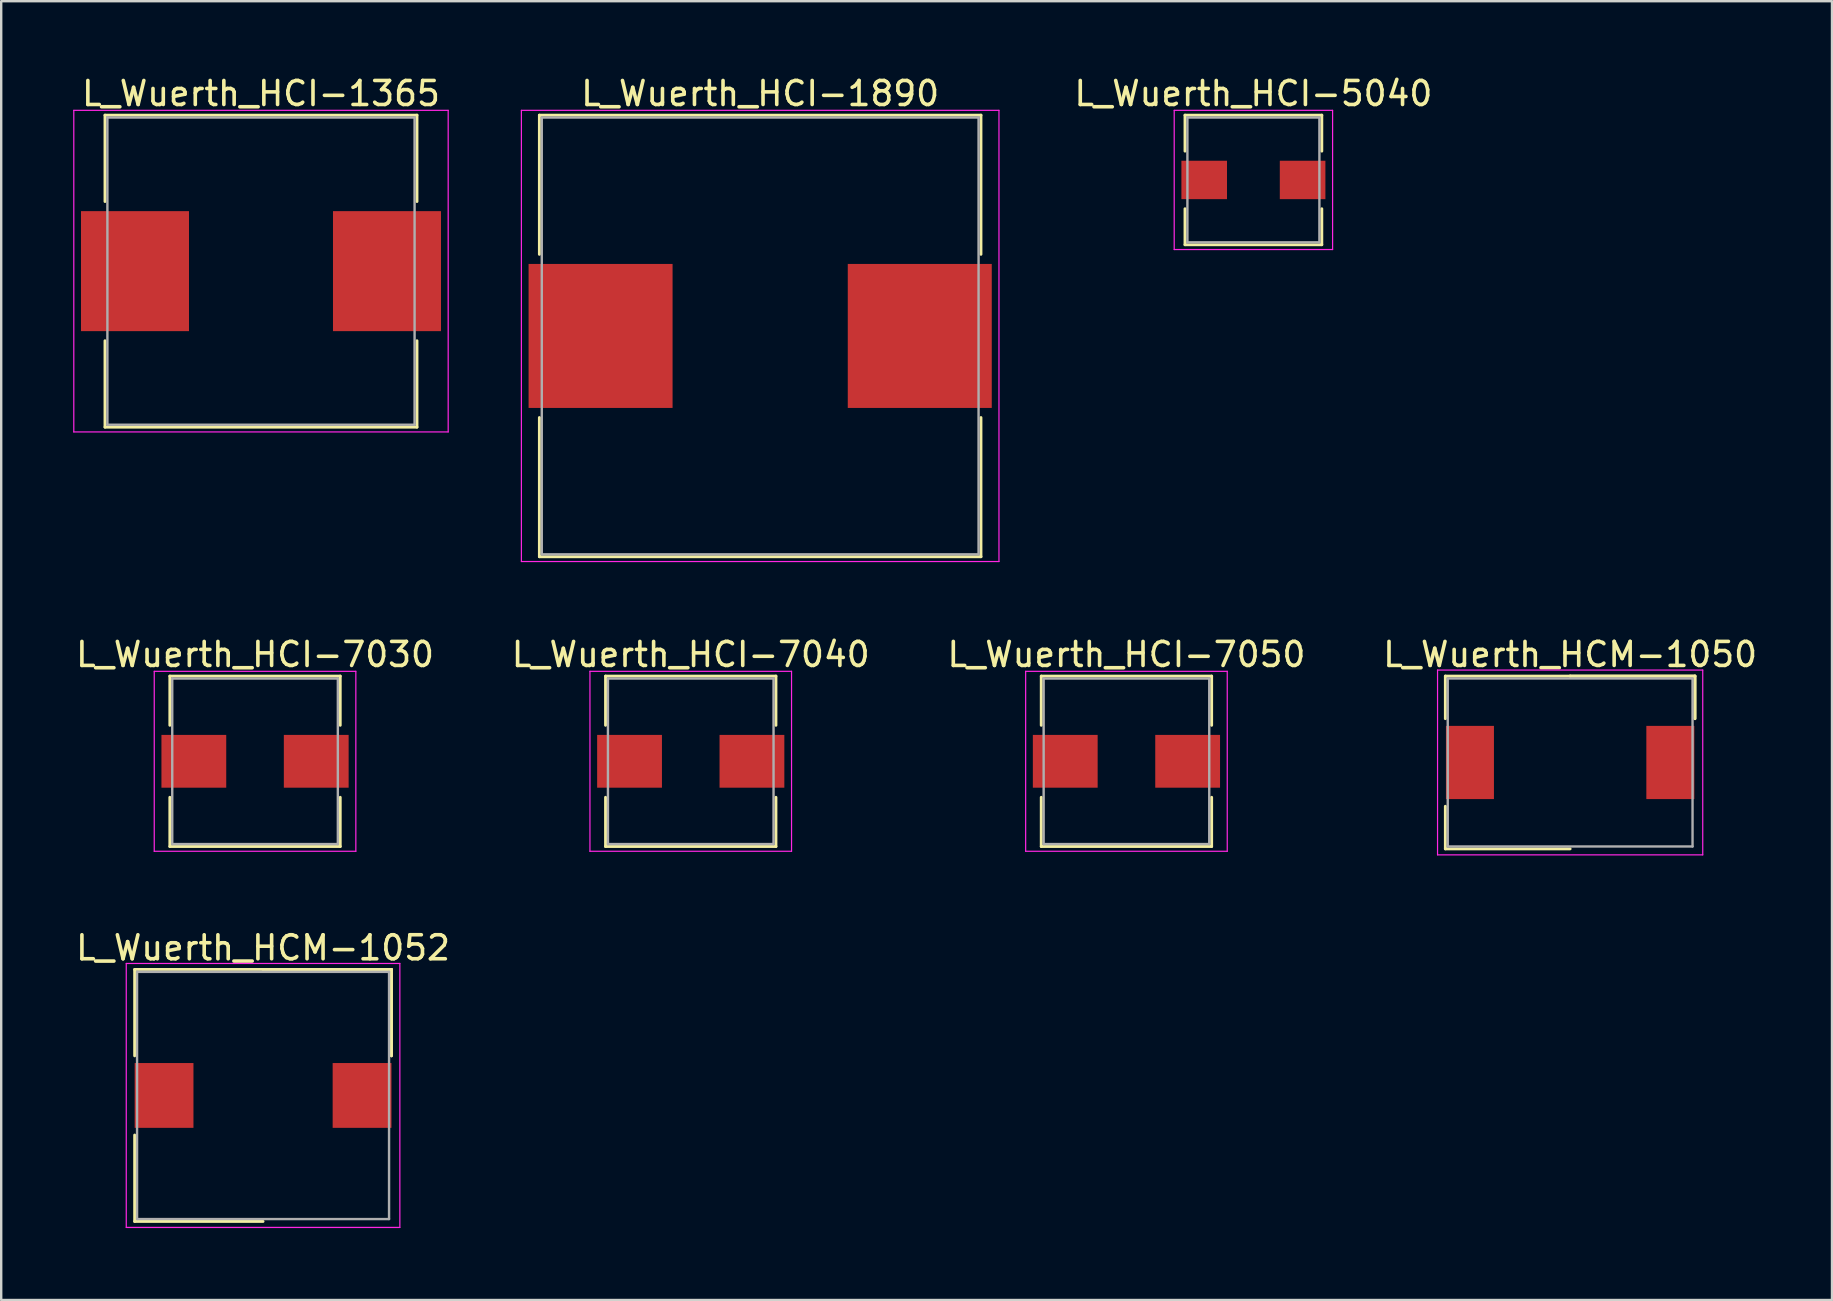
<source format=kicad_pcb>
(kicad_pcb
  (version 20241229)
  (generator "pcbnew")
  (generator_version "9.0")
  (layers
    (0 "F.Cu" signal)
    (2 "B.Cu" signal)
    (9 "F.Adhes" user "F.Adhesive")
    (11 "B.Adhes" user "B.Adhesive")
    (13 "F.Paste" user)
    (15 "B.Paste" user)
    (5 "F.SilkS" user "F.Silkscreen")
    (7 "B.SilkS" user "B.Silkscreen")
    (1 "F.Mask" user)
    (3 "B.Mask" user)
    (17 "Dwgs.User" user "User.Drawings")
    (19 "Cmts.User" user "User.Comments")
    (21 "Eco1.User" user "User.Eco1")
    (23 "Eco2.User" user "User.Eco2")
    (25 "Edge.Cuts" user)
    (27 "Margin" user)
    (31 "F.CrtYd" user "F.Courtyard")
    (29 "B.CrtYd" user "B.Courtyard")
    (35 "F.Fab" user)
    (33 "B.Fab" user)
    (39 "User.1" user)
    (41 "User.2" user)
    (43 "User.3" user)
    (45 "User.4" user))
  (footprint "L_Wuerth_HCI-7040"
    (layer "F.Cu")
    (at 25.732 28.672)
    (property "Reference" "L_Wuerth_HCI-7040" (at 0 -4.45 0) (layer "F.SilkS") (effects (font (size 1 1) (thickness 0.15))))
    (attr smd)
    (fp_line (start -3.55 -3.55) (end 3.55 -3.55) (stroke (width 0.12) (type solid)) (layer "F.SilkS"))
    (fp_line (start -3.55 -1.5) (end -3.55 -3.55) (stroke (width 0.12) (type solid)) (layer "F.SilkS"))
    (fp_line (start -3.55 1.5) (end -3.55 3.55) (stroke (width 0.12) (type solid)) (layer "F.SilkS"))
    (fp_line (start -3.55 3.55) (end 3.55 3.55) (stroke (width 0.12) (type solid)) (layer "F.SilkS"))
    (fp_line (start 3.55 -3.55) (end 3.55 -1.5) (stroke (width 0.12) (type solid)) (layer "F.SilkS"))
    (fp_line (start 3.55 3.55) (end 3.55 1.5) (stroke (width 0.12) (type solid)) (layer "F.SilkS"))
    (fp_line (start -4.2 -3.75) (end -4.2 3.75) (stroke (width 0.05) (type solid)) (layer "F.CrtYd"))
    (fp_line (start -4.2 3.75) (end 4.2 3.75) (stroke (width 0.05) (type solid)) (layer "F.CrtYd"))
    (fp_line (start 4.2 -3.75) (end -4.2 -3.75) (stroke (width 0.05) (type solid)) (layer "F.CrtYd"))
    (fp_line (start 4.2 3.75) (end 4.2 -3.75) (stroke (width 0.05) (type solid)) (layer "F.CrtYd"))
    (fp_line (start -3.45 -3.45) (end -3.45 3.45) (stroke (width 0.1) (type solid)) (layer "F.Fab"))
    (fp_line (start -3.45 3.45) (end 3.45 3.45) (stroke (width 0.1) (type solid)) (layer "F.Fab"))
    (fp_line (start 3.45 -3.45) (end -3.45 -3.45) (stroke (width 0.1) (type solid)) (layer "F.Fab"))
    (fp_line (start 3.45 3.45) (end 3.45 -3.45) (stroke (width 0.1) (type solid)) (layer "F.Fab"))
    (pad "1" smd rect (at -2.55 0) (size 2.7 2.2) (layers "F.Cu" "F.Mask" "F.Paste"))
    (pad "2" smd rect (at 2.55 0) (size 2.7 2.2) (layers "F.Cu" "F.Mask" "F.Paste")))
  (footprint "L_Wuerth_HCI-7030"
    (layer "F.Cu")
    (at 7.577 28.672)
    (property "Reference" "L_Wuerth_HCI-7030" (at 0 -4.45 0) (layer "F.SilkS") (effects (font (size 1 1) (thickness 0.15))))
    (attr smd)
    (fp_line (start -3.55 -3.55) (end 3.55 -3.55) (stroke (width 0.12) (type solid)) (layer "F.SilkS"))
    (fp_line (start -3.55 -1.5) (end -3.55 -3.55) (stroke (width 0.12) (type solid)) (layer "F.SilkS"))
    (fp_line (start -3.55 1.5) (end -3.55 3.55) (stroke (width 0.12) (type solid)) (layer "F.SilkS"))
    (fp_line (start -3.55 3.55) (end 3.55 3.55) (stroke (width 0.12) (type solid)) (layer "F.SilkS"))
    (fp_line (start 3.55 -3.55) (end 3.55 -1.5) (stroke (width 0.12) (type solid)) (layer "F.SilkS"))
    (fp_line (start 3.55 3.55) (end 3.55 1.5) (stroke (width 0.12) (type solid)) (layer "F.SilkS"))
    (fp_line (start -4.2 -3.75) (end -4.2 3.75) (stroke (width 0.05) (type solid)) (layer "F.CrtYd"))
    (fp_line (start -4.2 3.75) (end 4.2 3.75) (stroke (width 0.05) (type solid)) (layer "F.CrtYd"))
    (fp_line (start 4.2 -3.75) (end -4.2 -3.75) (stroke (width 0.05) (type solid)) (layer "F.CrtYd"))
    (fp_line (start 4.2 3.75) (end 4.2 -3.75) (stroke (width 0.05) (type solid)) (layer "F.CrtYd"))
    (fp_line (start -3.45 -3.45) (end -3.45 3.45) (stroke (width 0.1) (type solid)) (layer "F.Fab"))
    (fp_line (start -3.45 3.45) (end 3.45 3.45) (stroke (width 0.1) (type solid)) (layer "F.Fab"))
    (fp_line (start 3.45 -3.45) (end -3.45 -3.45) (stroke (width 0.1) (type solid)) (layer "F.Fab"))
    (fp_line (start 3.45 3.45) (end 3.45 -3.45) (stroke (width 0.1) (type solid)) (layer "F.Fab"))
    (pad "1" smd rect (at -2.55 0) (size 2.7 2.2) (layers "F.Cu" "F.Mask" "F.Paste"))
    (pad "2" smd rect (at 2.55 0) (size 2.7 2.2) (layers "F.Cu" "F.Mask" "F.Paste")))
  (footprint "L_Wuerth_HCM-1050"
    (layer "F.Cu")
    (at 62.375 28.721)
    (property "Reference" "L_Wuerth_HCM-1050" (at 0 -4.5 0) (layer "F.SilkS") (effects (font (size 1 1) (thickness 0.15))))
    (attr smd)
    (fp_line (start -5.2 -3.6) (end 0 -3.6) (stroke (width 0.12) (type solid)) (layer "F.SilkS"))
    (fp_line (start -5.2 -1.825) (end -5.2 -3.6) (stroke (width 0.12) (type solid)) (layer "F.SilkS"))
    (fp_line (start -5.2 1.825) (end -5.2 3.6) (stroke (width 0.12) (type solid)) (layer "F.SilkS"))
    (fp_line (start -5.2 3.6) (end 0 3.6) (stroke (width 0.12) (type solid)) (layer "F.SilkS"))
    (fp_line (start 5.2 -3.6) (end 0 -3.6) (stroke (width 0.12) (type solid)) (layer "F.SilkS"))
    (fp_line (start 5.2 -3.6) (end 0 -3.6) (stroke (width 0.12) (type solid)) (layer "F.SilkS"))
    (fp_line (start 5.2 -1.825) (end 5.2 -3.6) (stroke (width 0.12) (type solid)) (layer "F.SilkS"))
    (fp_line (start 5.2 -1.825) (end 5.2 -3.6) (stroke (width 0.12) (type solid)) (layer "F.SilkS"))
    (fp_line (start -5.525 -3.85) (end -5.525 3.85) (stroke (width 0.05) (type solid)) (layer "F.CrtYd"))
    (fp_line (start -5.525 3.85) (end 5.525 3.85) (stroke (width 0.05) (type solid)) (layer "F.CrtYd"))
    (fp_line (start 5.525 -3.85) (end -5.525 -3.85) (stroke (width 0.05) (type solid)) (layer "F.CrtYd"))
    (fp_line (start 5.525 3.85) (end 5.525 -3.85) (stroke (width 0.05) (type solid)) (layer "F.CrtYd"))
    (fp_line (start -5.1 -3.5) (end -5.1 3.5) (stroke (width 0.1) (type solid)) (layer "F.Fab"))
    (fp_line (start -5.1 3.5) (end 5.1 3.5) (stroke (width 0.1) (type solid)) (layer "F.Fab"))
    (fp_line (start 5.1 -3.5) (end -5.1 -3.5) (stroke (width 0.1) (type solid)) (layer "F.Fab"))
    (fp_line (start 5.1 3.5) (end 5.1 -3.5) (stroke (width 0.1) (type solid)) (layer "F.Fab"))
    (pad "1" smd rect (at -4.175 0) (size 2 3.05) (layers "F.Cu" "F.Mask" "F.Paste"))
    (pad "2" smd rect (at 4.175 0) (size 2 3.05) (layers "F.Cu" "F.Mask" "F.Paste")))
  (footprint "L_Wuerth_HCI-5040"
    (layer "F.Cu")
    (at 49.177 4.448)
    (property "Reference" "L_Wuerth_HCI-5040" (at 0 -3.6 0) (layer "F.SilkS") (effects (font (size 1 1) (thickness 0.15))))
    (attr smd)
    (fp_line (start -2.85 -2.7) (end 2.85 -2.7) (stroke (width 0.12) (type solid)) (layer "F.SilkS"))
    (fp_line (start -2.85 -1.2) (end -2.85 -2.7) (stroke (width 0.12) (type solid)) (layer "F.SilkS"))
    (fp_line (start -2.85 1.2) (end -2.85 2.7) (stroke (width 0.12) (type solid)) (layer "F.SilkS"))
    (fp_line (start -2.85 2.7) (end 2.85 2.7) (stroke (width 0.12) (type solid)) (layer "F.SilkS"))
    (fp_line (start 2.85 -2.7) (end 2.85 -1.2) (stroke (width 0.12) (type solid)) (layer "F.SilkS"))
    (fp_line (start 2.85 2.7) (end 2.85 1.2) (stroke (width 0.12) (type solid)) (layer "F.SilkS"))
    (fp_line (start -3.3 -2.9) (end -3.3 2.9) (stroke (width 0.05) (type solid)) (layer "F.CrtYd"))
    (fp_line (start -3.3 2.9) (end 3.3 2.9) (stroke (width 0.05) (type solid)) (layer "F.CrtYd"))
    (fp_line (start 3.3 -2.9) (end -3.3 -2.9) (stroke (width 0.05) (type solid)) (layer "F.CrtYd"))
    (fp_line (start 3.3 2.9) (end 3.3 -2.9) (stroke (width 0.05) (type solid)) (layer "F.CrtYd"))
    (fp_line (start -2.75 -2.6) (end -2.75 2.6) (stroke (width 0.1) (type solid)) (layer "F.Fab"))
    (fp_line (start -2.75 2.6) (end 2.75 2.6) (stroke (width 0.1) (type solid)) (layer "F.Fab"))
    (fp_line (start 2.75 -2.6) (end -2.75 -2.6) (stroke (width 0.1) (type solid)) (layer "F.Fab"))
    (fp_line (start 2.75 2.6) (end 2.75 -2.6) (stroke (width 0.1) (type solid)) (layer "F.Fab"))
    (pad "1" smd rect (at -2.05 0) (size 1.9 1.6) (layers "F.Cu" "F.Mask" "F.Paste"))
    (pad "2" smd rect (at 2.05 0) (size 1.9 1.6) (layers "F.Cu" "F.Mask" "F.Paste")))
  (footprint "L_Wuerth_HCI-7050"
    (layer "F.Cu")
    (at 43.887 28.672)
    (property "Reference" "L_Wuerth_HCI-7050" (at 0 -4.45 0) (layer "F.SilkS") (effects (font (size 1 1) (thickness 0.15))))
    (attr smd)
    (fp_line (start -3.55 -3.55) (end 3.55 -3.55) (stroke (width 0.12) (type solid)) (layer "F.SilkS"))
    (fp_line (start -3.55 -1.5) (end -3.55 -3.55) (stroke (width 0.12) (type solid)) (layer "F.SilkS"))
    (fp_line (start -3.55 1.5) (end -3.55 3.55) (stroke (width 0.12) (type solid)) (layer "F.SilkS"))
    (fp_line (start -3.55 3.55) (end 3.55 3.55) (stroke (width 0.12) (type solid)) (layer "F.SilkS"))
    (fp_line (start 3.55 -3.55) (end 3.55 -1.5) (stroke (width 0.12) (type solid)) (layer "F.SilkS"))
    (fp_line (start 3.55 3.55) (end 3.55 1.5) (stroke (width 0.12) (type solid)) (layer "F.SilkS"))
    (fp_line (start -4.2 -3.75) (end -4.2 3.75) (stroke (width 0.05) (type solid)) (layer "F.CrtYd"))
    (fp_line (start -4.2 3.75) (end 4.2 3.75) (stroke (width 0.05) (type solid)) (layer "F.CrtYd"))
    (fp_line (start 4.2 -3.75) (end -4.2 -3.75) (stroke (width 0.05) (type solid)) (layer "F.CrtYd"))
    (fp_line (start 4.2 3.75) (end 4.2 -3.75) (stroke (width 0.05) (type solid)) (layer "F.CrtYd"))
    (fp_line (start -3.45 -3.45) (end -3.45 3.45) (stroke (width 0.1) (type solid)) (layer "F.Fab"))
    (fp_line (start -3.45 3.45) (end 3.45 3.45) (stroke (width 0.1) (type solid)) (layer "F.Fab"))
    (fp_line (start 3.45 -3.45) (end -3.45 -3.45) (stroke (width 0.1) (type solid)) (layer "F.Fab"))
    (fp_line (start 3.45 3.45) (end 3.45 -3.45) (stroke (width 0.1) (type solid)) (layer "F.Fab"))
    (pad "1" smd rect (at -2.55 0) (size 2.7 2.2) (layers "F.Cu" "F.Mask" "F.Paste"))
    (pad "2" smd rect (at 2.55 0) (size 2.7 2.2) (layers "F.Cu" "F.Mask" "F.Paste")))
  (footprint "L_Wuerth_HCM-1052"
    (layer "F.Cu")
    (at 7.911 42.595)
    (property "Reference" "L_Wuerth_HCM-1052" (at 0 -6.15 0) (layer "F.SilkS") (effects (font (size 1 1) (thickness 0.15))))
    (attr smd)
    (fp_line (start -5.35 -5.25) (end 0 -5.25) (stroke (width 0.12) (type solid)) (layer "F.SilkS"))
    (fp_line (start -5.35 -1.65) (end -5.35 -5.25) (stroke (width 0.12) (type solid)) (layer "F.SilkS"))
    (fp_line (start -5.35 1.65) (end -5.35 5.25) (stroke (width 0.12) (type solid)) (layer "F.SilkS"))
    (fp_line (start -5.35 5.25) (end 0 5.25) (stroke (width 0.12) (type solid)) (layer "F.SilkS"))
    (fp_line (start 5.35 -5.25) (end 0 -5.25) (stroke (width 0.12) (type solid)) (layer "F.SilkS"))
    (fp_line (start 5.35 -5.25) (end 0 -5.25) (stroke (width 0.12) (type solid)) (layer "F.SilkS"))
    (fp_line (start 5.35 -1.65) (end 5.35 -5.25) (stroke (width 0.12) (type solid)) (layer "F.SilkS"))
    (fp_line (start 5.35 -1.65) (end 5.35 -5.25) (stroke (width 0.12) (type solid)) (layer "F.SilkS"))
    (fp_line (start -5.7 -5.5) (end -5.7 5.5) (stroke (width 0.05) (type solid)) (layer "F.CrtYd"))
    (fp_line (start -5.7 5.5) (end 5.7 5.5) (stroke (width 0.05) (type solid)) (layer "F.CrtYd"))
    (fp_line (start 5.7 -5.5) (end -5.7 -5.5) (stroke (width 0.05) (type solid)) (layer "F.CrtYd"))
    (fp_line (start 5.7 5.5) (end 5.7 -5.5) (stroke (width 0.05) (type solid)) (layer "F.CrtYd"))
    (fp_line (start -5.25 -5.15) (end -5.25 5.15) (stroke (width 0.1) (type solid)) (layer "F.Fab"))
    (fp_line (start -5.25 5.15) (end 5.25 5.15) (stroke (width 0.1) (type solid)) (layer "F.Fab"))
    (fp_line (start 5.25 -5.15) (end -5.25 -5.15) (stroke (width 0.1) (type solid)) (layer "F.Fab"))
    (fp_line (start 5.25 5.15) (end 5.25 -5.15) (stroke (width 0.1) (type solid)) (layer "F.Fab"))
    (pad "1" smd rect (at -4.125 0) (size 2.45 2.7) (layers "F.Cu" "F.Mask" "F.Paste"))
    (pad "2" smd rect (at 4.125 0) (size 2.45 2.7) (layers "F.Cu" "F.Mask" "F.Paste")))
  (footprint "L_Wuerth_HCI-1890"
    (layer "F.Cu")
    (at 28.625 10.948)
    (property "Reference" "L_Wuerth_HCI-1890" (at 0 -10.1 0) (layer "F.SilkS") (effects (font (size 1 1) (thickness 0.15))))
    (attr smd)
    (fp_line (start -9.2 -9.2) (end 9.2 -9.2) (stroke (width 0.12) (type solid)) (layer "F.SilkS"))
    (fp_line (start -9.2 -3.4) (end -9.2 -9.2) (stroke (width 0.12) (type solid)) (layer "F.SilkS"))
    (fp_line (start -9.2 3.4) (end -9.2 9.2) (stroke (width 0.12) (type solid)) (layer "F.SilkS"))
    (fp_line (start -9.2 9.2) (end 9.2 9.2) (stroke (width 0.12) (type solid)) (layer "F.SilkS"))
    (fp_line (start 9.2 -9.2) (end 9.2 -3.4) (stroke (width 0.12) (type solid)) (layer "F.SilkS"))
    (fp_line (start 9.2 9.2) (end 9.2 3.4) (stroke (width 0.12) (type solid)) (layer "F.SilkS"))
    (fp_line (start -9.95 -9.4) (end -9.95 9.4) (stroke (width 0.05) (type solid)) (layer "F.CrtYd"))
    (fp_line (start -9.95 9.4) (end 9.95 9.4) (stroke (width 0.05) (type solid)) (layer "F.CrtYd"))
    (fp_line (start 9.95 -9.4) (end -9.95 -9.4) (stroke (width 0.05) (type solid)) (layer "F.CrtYd"))
    (fp_line (start 9.95 9.4) (end 9.95 -9.4) (stroke (width 0.05) (type solid)) (layer "F.CrtYd"))
    (fp_line (start -9.1 -9.1) (end -9.1 9.1) (stroke (width 0.1) (type solid)) (layer "F.Fab"))
    (fp_line (start -9.1 9.1) (end 9.1 9.1) (stroke (width 0.1) (type solid)) (layer "F.Fab"))
    (fp_line (start 9.1 -9.1) (end -9.1 -9.1) (stroke (width 0.1) (type solid)) (layer "F.Fab"))
    (fp_line (start 9.1 9.1) (end 9.1 -9.1) (stroke (width 0.1) (type solid)) (layer "F.Fab"))
    (pad "1" smd rect (at -6.65 0) (size 6 6) (layers "F.Cu" "F.Mask" "F.Paste"))
    (pad "2" smd rect (at 6.65 0) (size 6 6) (layers "F.Cu" "F.Mask" "F.Paste")))
  (footprint "L_Wuerth_HCI-1365"
    (layer "F.Cu")
    (at 7.825 8.248)
    (property "Reference" "L_Wuerth_HCI-1365" (at 0 -7.4 0) (layer "F.SilkS") (effects (font (size 1 1) (thickness 0.15))))
    (attr smd)
    (fp_line (start -6.5 -6.5) (end 6.5 -6.5) (stroke (width 0.12) (type solid)) (layer "F.SilkS"))
    (fp_line (start -6.5 -2.9) (end -6.5 -6.5) (stroke (width 0.12) (type solid)) (layer "F.SilkS"))
    (fp_line (start -6.5 2.9) (end -6.5 6.5) (stroke (width 0.12) (type solid)) (layer "F.SilkS"))
    (fp_line (start -6.5 6.5) (end 6.5 6.5) (stroke (width 0.12) (type solid)) (layer "F.SilkS"))
    (fp_line (start 6.5 -6.5) (end 6.5 -2.9) (stroke (width 0.12) (type solid)) (layer "F.SilkS"))
    (fp_line (start 6.5 6.5) (end 6.5 2.9) (stroke (width 0.12) (type solid)) (layer "F.SilkS"))
    (fp_line (start -7.8 -6.7) (end -7.8 6.7) (stroke (width 0.05) (type solid)) (layer "F.CrtYd"))
    (fp_line (start -7.8 6.7) (end 7.8 6.7) (stroke (width 0.05) (type solid)) (layer "F.CrtYd"))
    (fp_line (start 7.8 -6.7) (end -7.8 -6.7) (stroke (width 0.05) (type solid)) (layer "F.CrtYd"))
    (fp_line (start 7.8 6.7) (end 7.8 -6.7) (stroke (width 0.05) (type solid)) (layer "F.CrtYd"))
    (fp_line (start -6.4 -6.4) (end -6.4 6.4) (stroke (width 0.1) (type solid)) (layer "F.Fab"))
    (fp_line (start -6.4 6.4) (end 6.4 6.4) (stroke (width 0.1) (type solid)) (layer "F.Fab"))
    (fp_line (start 6.4 -6.4) (end -6.4 -6.4) (stroke (width 0.1) (type solid)) (layer "F.Fab"))
    (fp_line (start 6.4 6.4) (end 6.4 -6.4) (stroke (width 0.1) (type solid)) (layer "F.Fab"))
    (pad "1" smd rect (at -5.25 0) (size 4.5 5) (layers "F.Cu" "F.Mask" "F.Paste"))
    (pad "2" smd rect (at 5.25 0) (size 4.5 5) (layers "F.Cu" "F.Mask" "F.Paste")))
  (gr_rect
    (start -3 -3)
    (end 73.286 51.12)
    (stroke (width 0.1) (type default))
    (fill no)
    (layer "Edge.Cuts")))
</source>
